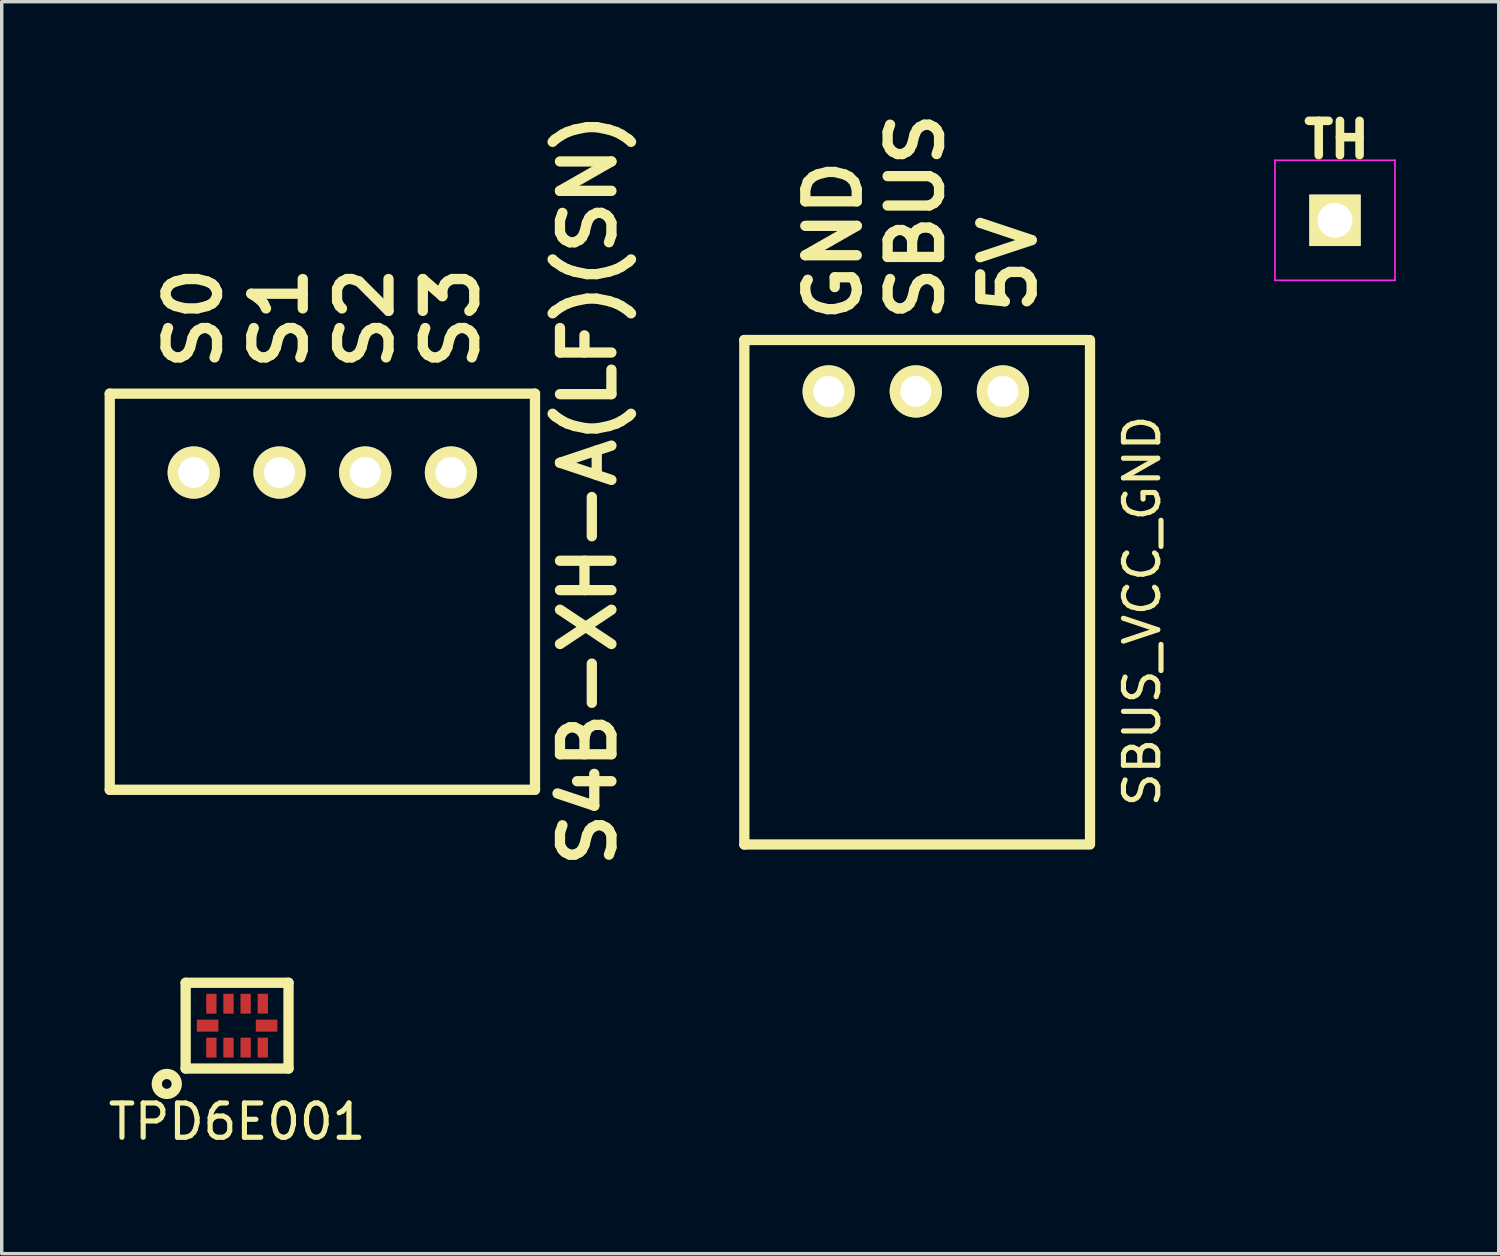
<source format=kicad_pcb>
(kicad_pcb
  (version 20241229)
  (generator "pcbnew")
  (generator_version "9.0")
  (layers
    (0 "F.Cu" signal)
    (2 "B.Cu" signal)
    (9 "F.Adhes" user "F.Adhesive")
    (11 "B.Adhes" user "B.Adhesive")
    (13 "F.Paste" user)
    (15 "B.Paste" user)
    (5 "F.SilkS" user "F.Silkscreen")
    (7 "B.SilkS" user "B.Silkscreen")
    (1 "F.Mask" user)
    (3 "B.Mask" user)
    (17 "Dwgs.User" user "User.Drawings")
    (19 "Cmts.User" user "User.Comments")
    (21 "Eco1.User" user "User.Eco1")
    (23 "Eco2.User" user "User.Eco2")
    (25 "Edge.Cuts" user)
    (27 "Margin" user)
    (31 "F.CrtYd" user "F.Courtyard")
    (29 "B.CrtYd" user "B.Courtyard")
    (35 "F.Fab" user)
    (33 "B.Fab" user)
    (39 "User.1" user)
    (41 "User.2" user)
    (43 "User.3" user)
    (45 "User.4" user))
  (footprint "TH"
    (placed yes)
    (layer "F.Cu")
    (at 35.877 3.374)
    (property "Reference" "TH" (at 0.05 -2.35 0) (layer "F.SilkS") (effects (font (size 1 1) (thickness 0.25))))
    (attr through_hole)
    (fp_line (start -1.75 -1.75) (end -1.75 1.75) (stroke (width 0.05) (type solid)) (layer "F.CrtYd"))
    (fp_line (start -1.75 -1.75) (end 1.75 -1.75) (stroke (width 0.05) (type solid)) (layer "F.CrtYd"))
    (fp_line (start -1.75 1.75) (end 1.75 1.75) (stroke (width 0.05) (type solid)) (layer "F.CrtYd"))
    (fp_line (start 1.75 -1.75) (end 1.75 1.75) (stroke (width 0.05) (type solid)) (layer "F.CrtYd"))
    (pad "1" thru_hole rect (at 0 0) (size 1.5 1.5) (drill 1.016) (layers "*.Cu" "*.Mask" "F.SilkS")))
  (footprint "S4B-XH-A(LF)(SN)"
    (layer "F.Cu")
    (at 6.35 8.479)
    (property "Reference" "S4B-XH-A(LF)(SN)" (at 7.75 2.75 90) (layer "F.SilkS") (effects (font (size 1.5 1.5) (thickness 0.3))))
    (attr through_hole)
    (fp_line (start -6.2 -0.05) (end -6.2 11.5) (stroke (width 0.3) (type solid)) (layer "F.SilkS"))
    (fp_line (start -6.2 -0.05) (end 6.2 -0.05) (stroke (width 0.3) (type solid)) (layer "F.SilkS"))
    (fp_line (start -6.2 11.5) (end 6.2 11.5) (stroke (width 0.3) (type solid)) (layer "F.SilkS"))
    (fp_line (start 6.2 -0.05) (end 6.2 11.5) (stroke (width 0.3) (type solid)) (layer "F.SilkS"))
    (fp_text user "S3" (at 3.75 -2.25 90) (layer "F.SilkS") (effects (font (size 1.5 1.5) (thickness 0.3))))
    (fp_text user "S2" (at 1.25 -2.25 90) (layer "F.SilkS") (effects (font (size 1.5 1.5) (thickness 0.3))))
    (fp_text user "S0" (at -3.75 -2.25 90) (layer "F.SilkS") (effects (font (size 1.5 1.5) (thickness 0.3))))
    (fp_text user "S1" (at -1.25 -2.25 90) (layer "F.SilkS") (effects (font (size 1.5 1.5) (thickness 0.3))))
    (pad "1" thru_hole circle (at -3.75 2.25) (size 1.524 1.524) (drill 0.9) (layers "*.Cu" "*.Mask" "F.SilkS"))
    (pad "2" thru_hole circle (at -1.25 2.25) (size 1.524 1.524) (drill 0.9) (layers "*.Cu" "*.Mask" "F.SilkS"))
    (pad "3" thru_hole circle (at 1.25 2.25) (size 1.524 1.524) (drill 0.9) (layers "*.Cu" "*.Mask" "F.SilkS"))
    (pad "4" thru_hole circle (at 3.75 2.25) (size 1.524 1.524) (drill 0.9) (layers "*.Cu" "*.Mask" "F.SilkS")))
  (footprint "SBUS_VCC_GND"
    (layer "F.Cu")
    (at 23.654 8.364)
    (property "Reference" "SBUS_VCC_GND" (at 6.6 6.4 90) (layer "F.SilkS") (effects (font (size 1 1) (thickness 0.15))))
    (attr through_hole)
    (fp_line (start -5 -1.5) (end -5 13.21) (stroke (width 0.3) (type solid)) (layer "F.SilkS"))
    (fp_line (start -5 -1.5) (end 5 -1.5) (stroke (width 0.3) (type solid)) (layer "F.SilkS"))
    (fp_line (start -5 13.21) (end 5 13.21) (stroke (width 0.3) (type solid)) (layer "F.SilkS"))
    (fp_line (start 5.08 -1.5) (end 5.08 13.21) (stroke (width 0.3) (type solid)) (layer "F.SilkS"))
    (fp_text user "GND" (at -2.4 -4.4 90) (layer "F.SilkS") (effects (font (size 1.5 1.5) (thickness 0.3))))
    (fp_text user "SBUS" (at 0 -5.1 90) (layer "F.SilkS") (effects (font (size 1.5 1.5) (thickness 0.3))))
    (fp_text user "5V" (at 2.7 -3.7 90) (layer "F.SilkS") (effects (font (size 1.5 1.5) (thickness 0.3))))
    (pad "1" thru_hole circle (at -2.54 0) (size 1.524 1.524) (drill 0.9) (layers "*.Cu" "*.Mask" "F.SilkS"))
    (pad "2" thru_hole circle (at 0 0) (size 1.524 1.524) (drill 0.9) (layers "*.Cu" "*.Mask" "F.SilkS"))
    (pad "3" thru_hole circle (at 2.54 0) (size 1.524 1.524) (drill 0.9) (layers "*.Cu" "*.Mask" "F.SilkS")))
  (footprint "TPD6E001"
    (layer "F.Cu")
    (at 3.863 26.857)
    (property "Reference" "TPD6E001" (at 0 2.8 0) (layer "F.SilkS") (effects (font (size 1 1) (thickness 0.15))))
    (attr through_hole)
    (fp_line (start -1.5 -1.25) (end -1.5 1.25) (stroke (width 0.3) (type solid)) (layer "F.SilkS"))
    (fp_line (start -1.5 -1.25) (end 1.5 -1.25) (stroke (width 0.3) (type solid)) (layer "F.SilkS"))
    (fp_line (start -1.5 1.25) (end 1.5 1.25) (stroke (width 0.3) (type solid)) (layer "F.SilkS"))
    (fp_line (start 1.5 -1.25) (end 1.5 1.25) (stroke (width 0.3) (type solid)) (layer "F.SilkS"))
    (fp_circle (center -2.05 1.7) (end -1.95 1.8) (stroke (width 0.3) (type solid)) (fill no) (layer "F.SilkS"))
    (pad "1" smd rect (at -0.75 0.64) (size 0.3 0.58) (layers "F.Cu" "F.Mask" "F.Paste"))
    (pad "2" smd rect (at -0.25 0.64) (size 0.3 0.58) (layers "F.Cu" "F.Mask" "F.Paste"))
    (pad "3" smd rect (at 0.25 0.64) (size 0.3 0.58) (layers "F.Cu" "F.Mask" "F.Paste"))
    (pad "4" smd rect (at 0.75 0.64) (size 0.3 0.58) (layers "F.Cu" "F.Mask" "F.Paste"))
    (pad "5" smd rect (at 0.86 0) (size 0.63 0.35) (layers "F.Cu" "F.Mask" "F.Paste"))
    (pad "6" smd rect (at 0.75 -0.64) (size 0.3 0.58) (layers "F.Cu" "F.Mask" "F.Paste"))
    (pad "7" smd rect (at 0.25 -0.64) (size 0.3 0.58) (layers "F.Cu" "F.Mask" "F.Paste"))
    (pad "8" smd rect (at -0.25 -0.64) (size 0.3 0.58) (layers "F.Cu" "F.Mask" "F.Paste"))
    (pad "9" smd rect (at -0.75 -0.64) (size 0.3 0.58) (layers "F.Cu" "F.Mask" "F.Paste"))
    (pad "10" smd rect (at -0.86 0) (size 0.63 0.35) (layers "F.Cu" "F.Mask" "F.Paste")))
  (gr_rect
    (start -3 -3)
    (end 40.652 33.505)
    (stroke (width 0.1) (type default))
    (fill no)
    (layer "Edge.Cuts")))
</source>
